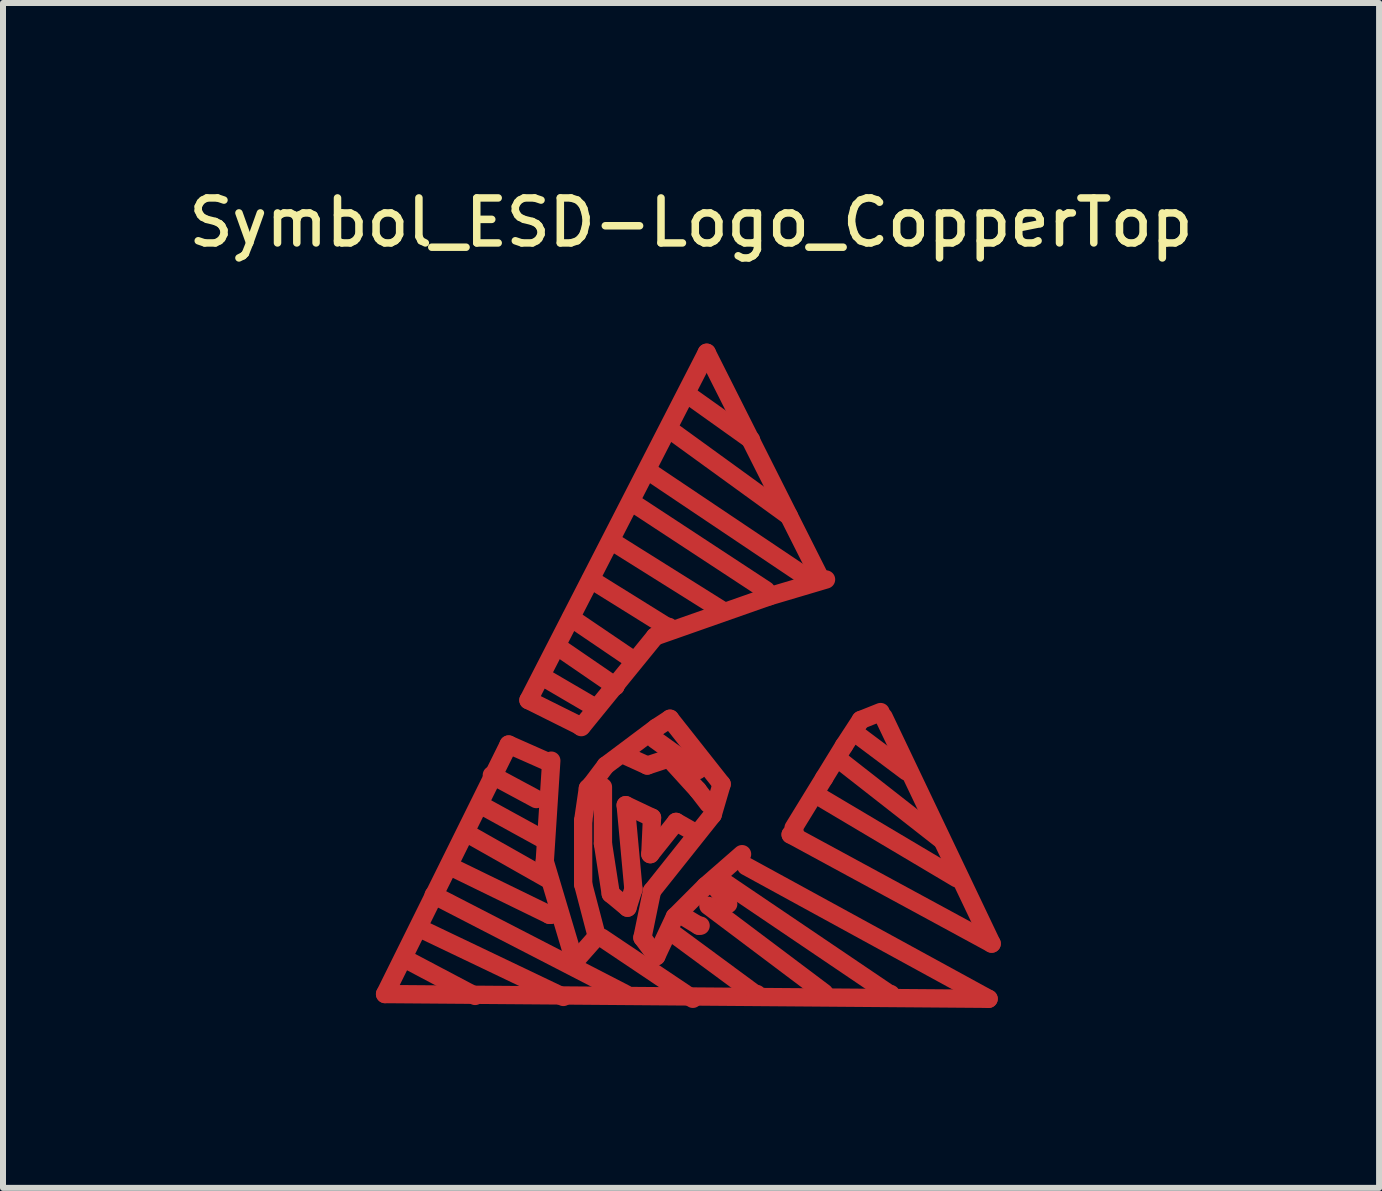
<source format=kicad_pcb>
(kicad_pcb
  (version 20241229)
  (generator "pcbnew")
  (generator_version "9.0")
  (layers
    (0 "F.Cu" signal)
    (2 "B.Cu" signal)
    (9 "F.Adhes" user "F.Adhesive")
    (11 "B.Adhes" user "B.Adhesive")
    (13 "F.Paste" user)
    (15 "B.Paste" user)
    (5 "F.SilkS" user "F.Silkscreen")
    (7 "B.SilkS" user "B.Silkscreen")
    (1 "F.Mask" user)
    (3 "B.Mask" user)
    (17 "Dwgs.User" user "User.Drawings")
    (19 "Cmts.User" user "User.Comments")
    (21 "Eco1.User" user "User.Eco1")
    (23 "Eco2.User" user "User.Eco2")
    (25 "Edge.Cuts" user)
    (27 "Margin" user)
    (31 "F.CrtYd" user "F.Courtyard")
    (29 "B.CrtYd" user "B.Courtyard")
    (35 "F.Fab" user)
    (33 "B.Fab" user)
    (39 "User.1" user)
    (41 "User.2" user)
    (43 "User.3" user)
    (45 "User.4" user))
  (footprint "Symbol_ESD-Logo_CopperTop"
    (layer "F.Cu")
    (at 8.52 10.209)
    (property "Reference" "Symbol_ESD-Logo_CopperTop" (at -0.051 -9.55 0) (layer "F.SilkS") (effects (font (size 0.75 0.75) (thickness 0.125))))
    (attr exclude_from_pos_files exclude_from_bom allow_missing_courtyard)
    (fp_line (start -5.151 3.312) (end 4.91 3.391) (stroke (width 0.305) (type solid)) (layer "F.Cu"))
    (fp_line (start -4.77 2.751) (end -3.65 3.343) (stroke (width 0.305) (type solid)) (layer "F.Cu"))
    (fp_line (start -4.559 2.223) (end -2.179 3.36) (stroke (width 0.305) (type solid)) (layer "F.Cu"))
    (fp_line (start -4.341 1.661) (end -1.14 3.312) (stroke (width 0.305) (type solid)) (layer "F.Cu"))
    (fp_line (start -4.031 1.201) (end -2.41 1.991) (stroke (width 0.305) (type solid)) (layer "F.Cu"))
    (fp_line (start -3.749 0.653) (end -2.461 1.382) (stroke (width 0.305) (type solid)) (layer "F.Cu"))
    (fp_line (start -3.551 0.163) (end -2.479 0.752) (stroke (width 0.305) (type solid)) (layer "F.Cu"))
    (fp_line (start -3.371 -0.338) (end -2.629 0.061) (stroke (width 0.305) (type solid)) (layer "F.Cu"))
    (fp_line (start -3.091 -0.848) (end -5.151 3.312) (stroke (width 0.305) (type solid)) (layer "F.Cu"))
    (fp_line (start -2.761 -1.587) (end -1.9 -1.158) (stroke (width 0.305) (type solid)) (layer "F.Cu"))
    (fp_line (start -2.51 -1.968) (end -1.689 -1.488) (stroke (width 0.305) (type solid)) (layer "F.Cu"))
    (fp_line (start -2.489 1.102) (end -1.991 2.771) (stroke (width 0.305) (type solid)) (layer "F.Cu"))
    (fp_line (start -2.461 -0.569) (end -3.091 -0.848) (stroke (width 0.305) (type solid)) (layer "F.Cu"))
    (fp_line (start -2.41 1.991) (end -2.38 1.991) (stroke (width 0.305) (type solid)) (layer "F.Cu"))
    (fp_line (start -2.38 -0.579) (end -2.489 1.102) (stroke (width 0.305) (type solid)) (layer "F.Cu"))
    (fp_line (start -2.23 -2.449) (end -1.311 -1.819) (stroke (width 0.305) (type solid)) (layer "F.Cu"))
    (fp_line (start -2.05 -2.959) (end -1.031 -2.268) (stroke (width 0.305) (type solid)) (layer "F.Cu"))
    (fp_line (start -1.991 2.771) (end -1.621 2.352) (stroke (width 0.305) (type solid)) (layer "F.Cu"))
    (fp_line (start -1.9 -1.158) (end -1.869 -1.158) (stroke (width 0.305) (type solid)) (layer "F.Cu"))
    (fp_line (start -1.849 0.422) (end -1.77 -0.119) (stroke (width 0.305) (type solid)) (layer "F.Cu"))
    (fp_line (start -1.849 1.481) (end -1.849 0.422) (stroke (width 0.305) (type solid)) (layer "F.Cu"))
    (fp_line (start -1.77 -0.119) (end -1.72 -0.168) (stroke (width 0.305) (type solid)) (layer "F.Cu"))
    (fp_line (start -1.72 -3.599) (end -0.45 -2.809) (stroke (width 0.305) (type solid)) (layer "F.Cu"))
    (fp_line (start -1.72 -0.168) (end -1.471 -0.498) (stroke (width 0.305) (type solid)) (layer "F.Cu"))
    (fp_line (start -1.621 2.352) (end -1.849 1.481) (stroke (width 0.305) (type solid)) (layer "F.Cu"))
    (fp_line (start -1.539 2.372) (end -0.02 3.391) (stroke (width 0.305) (type solid)) (layer "F.Cu"))
    (fp_line (start -1.519 -0.14) (end -1.519 0.803) (stroke (width 0.305) (type solid)) (layer "F.Cu"))
    (fp_line (start -1.519 0.803) (end -1.389 1.641) (stroke (width 0.305) (type solid)) (layer "F.Cu"))
    (fp_line (start -1.471 -0.498) (end -0.63 -1.128) (stroke (width 0.305) (type solid)) (layer "F.Cu"))
    (fp_line (start -1.389 1.641) (end -1.11 1.872) (stroke (width 0.305) (type solid)) (layer "F.Cu"))
    (fp_line (start -1.359 -4.229) (end 0.46 -3.089) (stroke (width 0.305) (type solid)) (layer "F.Cu"))
    (fp_line (start -1.311 -1.819) (end -1.311 -1.839) (stroke (width 0.305) (type solid)) (layer "F.Cu"))
    (fp_line (start -1.14 0.163) (end -0.701 0.371) (stroke (width 0.305) (type solid)) (layer "F.Cu"))
    (fp_line (start -1.11 -0.648) (end -0.78 -0.498) (stroke (width 0.305) (type solid)) (layer "F.Cu"))
    (fp_line (start -1.11 1.872) (end -1.011 1.562) (stroke (width 0.305) (type solid)) (layer "F.Cu"))
    (fp_line (start -1.011 -4.869) (end 1.199 -3.419) (stroke (width 0.305) (type solid)) (layer "F.Cu"))
    (fp_line (start -1.011 1.562) (end -1.14 0.163) (stroke (width 0.305) (type solid)) (layer "F.Cu"))
    (fp_line (start -0.861 2.372) (end -0.63 2.682) (stroke (width 0.305) (type solid)) (layer "F.Cu"))
    (fp_line (start -0.78 -0.498) (end -0.419 -0.617) (stroke (width 0.305) (type solid)) (layer "F.Cu"))
    (fp_line (start -0.749 -5.397) (end 1.859 -3.647) (stroke (width 0.305) (type solid)) (layer "F.Cu"))
    (fp_line (start -0.729 0.98) (end -0.3 0.442) (stroke (width 0.305) (type solid)) (layer "F.Cu"))
    (fp_line (start -0.701 0.371) (end -0.729 0.98) (stroke (width 0.305) (type solid)) (layer "F.Cu"))
    (fp_line (start -0.701 1.593) (end -0.861 2.372) (stroke (width 0.305) (type solid)) (layer "F.Cu"))
    (fp_line (start -0.65 -2.649) (end -1.88 -1.138) (stroke (width 0.305) (type solid)) (layer "F.Cu"))
    (fp_line (start -0.65 -0.93) (end 0.061 -0.419) (stroke (width 0.305) (type solid)) (layer "F.Cu"))
    (fp_line (start -0.63 -1.128) (end -0.401 -1.278) (stroke (width 0.305) (type solid)) (layer "F.Cu"))
    (fp_line (start -0.63 2.682) (end -0.32 2.022) (stroke (width 0.305) (type solid)) (layer "F.Cu"))
    (fp_line (start -0.45 -2.809) (end -0.419 -2.809) (stroke (width 0.305) (type solid)) (layer "F.Cu"))
    (fp_line (start -0.419 -0.617) (end 0.061 -0.089) (stroke (width 0.305) (type solid)) (layer "F.Cu"))
    (fp_line (start -0.401 -1.278) (end 0.46 -0.188) (stroke (width 0.305) (type solid)) (layer "F.Cu"))
    (fp_line (start -0.351 -6.058) (end 1.58 -4.658) (stroke (width 0.305) (type solid)) (layer "F.Cu"))
    (fp_line (start -0.351 2.301) (end 1.021 3.312) (stroke (width 0.305) (type solid)) (layer "F.Cu"))
    (fp_line (start -0.32 2.022) (end 0.191 1.511) (stroke (width 0.305) (type solid)) (layer "F.Cu"))
    (fp_line (start -0.3 0.442) (end -0.071 0.572) (stroke (width 0.305) (type solid)) (layer "F.Cu"))
    (fp_line (start -0.221 1.991) (end 0.079 2.172) (stroke (width 0.305) (type solid)) (layer "F.Cu"))
    (fp_line (start -0.089 -6.668) (end 0.95 -5.928) (stroke (width 0.305) (type solid)) (layer "F.Cu"))
    (fp_line (start 0.061 -0.089) (end 0.239 0.142) (stroke (width 0.305) (type solid)) (layer "F.Cu"))
    (fp_line (start 0.079 2.172) (end 0.109 2.172) (stroke (width 0.305) (type solid)) (layer "F.Cu"))
    (fp_line (start 0.191 1.511) (end 0.8 0.98) (stroke (width 0.305) (type solid)) (layer "F.Cu"))
    (fp_line (start 0.211 -7.379) (end -2.761 -1.587) (stroke (width 0.305) (type solid)) (layer "F.Cu"))
    (fp_line (start 0.239 1.841) (end 2.169 3.292) (stroke (width 0.305) (type solid)) (layer "F.Cu"))
    (fp_line (start 0.31 0.323) (end -0.701 1.593) (stroke (width 0.305) (type solid)) (layer "F.Cu"))
    (fp_line (start 0.31 1.46) (end 0.569 1.811) (stroke (width 0.305) (type solid)) (layer "F.Cu"))
    (fp_line (start 0.46 -0.188) (end 0.31 0.323) (stroke (width 0.305) (type solid)) (layer "F.Cu"))
    (fp_line (start 0.521 1.46) (end 3.259 3.312) (stroke (width 0.305) (type solid)) (layer "F.Cu"))
    (fp_line (start 1.021 3.312) (end 1.049 3.312) (stroke (width 0.305) (type solid)) (layer "F.Cu"))
    (fp_line (start 1.25 -3.317) (end -0.65 -2.649) (stroke (width 0.305) (type solid)) (layer "F.Cu"))
    (fp_line (start 1.61 0.653) (end 1.679 0.622) (stroke (width 0.305) (type solid)) (layer "F.Cu"))
    (fp_line (start 1.659 0.541) (end 2.169 -0.29) (stroke (width 0.305) (type solid)) (layer "F.Cu"))
    (fp_line (start 2.09 -3.647) (end 0.211 -7.379) (stroke (width 0.305) (type solid)) (layer "F.Cu"))
    (fp_line (start 2.121 0.041) (end 4.379 1.382) (stroke (width 0.305) (type solid)) (layer "F.Cu"))
    (fp_line (start 2.169 -0.29) (end 2.499 -0.828) (stroke (width 0.305) (type solid)) (layer "F.Cu"))
    (fp_line (start 2.2 -3.599) (end 1.25 -3.317) (stroke (width 0.305) (type solid)) (layer "F.Cu"))
    (fp_line (start 2.451 -0.569) (end 4.1 0.721) (stroke (width 0.305) (type solid)) (layer "F.Cu"))
    (fp_line (start 2.499 -0.828) (end 2.779 -1.257) (stroke (width 0.305) (type solid)) (layer "F.Cu"))
    (fp_line (start 2.7 -1.029) (end 3.541 -0.399) (stroke (width 0.305) (type solid)) (layer "F.Cu"))
    (fp_line (start 2.779 -1.257) (end 3.109 -1.389) (stroke (width 0.305) (type solid)) (layer "F.Cu"))
    (fp_line (start 3.16 -1.308) (end 4.961 2.471) (stroke (width 0.305) (type solid)) (layer "F.Cu"))
    (fp_line (start 3.259 3.312) (end 3.279 3.312) (stroke (width 0.305) (type solid)) (layer "F.Cu"))
    (fp_line (start 4.91 3.391) (end 0.869 1.181) (stroke (width 0.305) (type solid)) (layer "F.Cu"))
    (fp_line (start 4.961 2.471) (end 1.61 0.653) (stroke (width 0.305) (type solid)) (layer "F.Cu")))
  (gr_rect
    (start -3 -3)
    (end 19.939 16.752)
    (stroke (width 0.1) (type default))
    (fill no)
    (layer "Edge.Cuts")))
</source>
